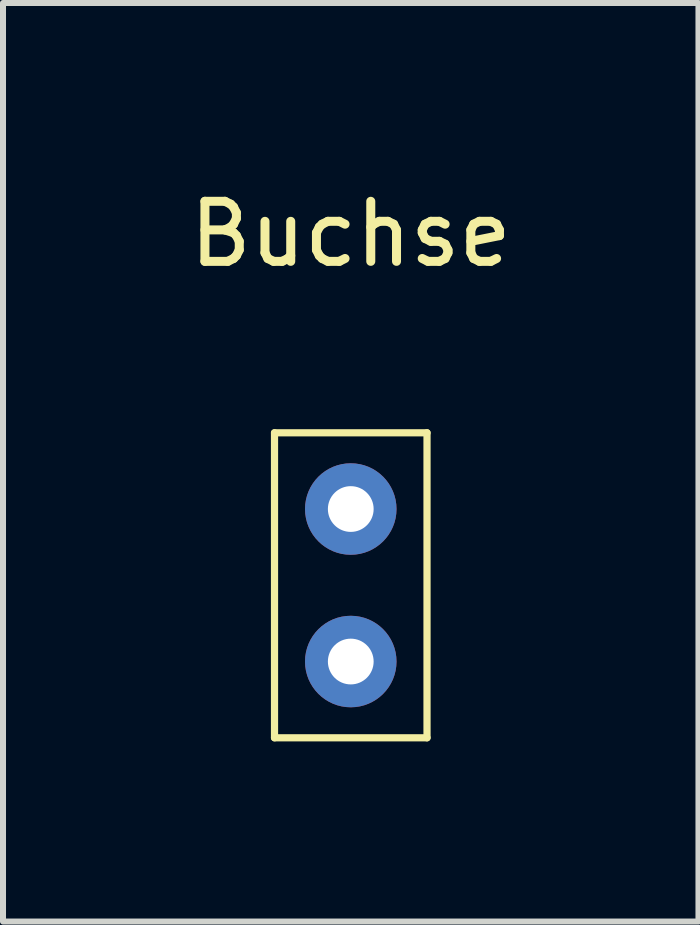
<source format=kicad_pcb>
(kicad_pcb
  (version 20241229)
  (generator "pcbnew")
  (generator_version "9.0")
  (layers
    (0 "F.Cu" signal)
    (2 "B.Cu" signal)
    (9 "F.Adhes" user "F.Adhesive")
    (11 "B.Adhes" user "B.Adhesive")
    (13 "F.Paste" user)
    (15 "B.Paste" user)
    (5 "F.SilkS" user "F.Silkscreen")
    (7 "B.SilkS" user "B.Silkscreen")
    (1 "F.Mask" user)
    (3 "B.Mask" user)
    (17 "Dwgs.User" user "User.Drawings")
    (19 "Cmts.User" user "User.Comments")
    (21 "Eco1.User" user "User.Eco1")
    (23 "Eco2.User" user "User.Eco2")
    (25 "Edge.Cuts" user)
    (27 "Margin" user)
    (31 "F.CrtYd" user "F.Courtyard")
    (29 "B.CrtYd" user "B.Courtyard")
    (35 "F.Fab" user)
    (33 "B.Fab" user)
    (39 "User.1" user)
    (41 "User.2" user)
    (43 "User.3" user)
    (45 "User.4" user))
  (footprint "Buchse"
    (layer "F.Cu")
    (at 2.792 0.348)
    (property "Reference" "Buchse" (at 0 0.5 0) (layer "F.SilkS") (effects (font (size 1 1) (thickness 0.15))))
    (attr through_hole)
    (fp_line (start -1.27 3.81) (end -1.27 8.89) (stroke (width 0.12) (type solid)) (layer "F.SilkS"))
    (fp_line (start -1.27 8.89) (end 1.27 8.89) (stroke (width 0.12) (type solid)) (layer "F.SilkS"))
    (fp_line (start 1.27 3.81) (end -1.27 3.81) (stroke (width 0.12) (type solid)) (layer "F.SilkS"))
    (fp_line (start 1.27 8.89) (end 1.27 3.81) (stroke (width 0.12) (type solid)) (layer "F.SilkS"))
    (pad "1" thru_hole circle (at 0 5.08) (size 1.524 1.524) (drill 0.762) (layers "*.Cu" "*.Mask"))
    (pad "2" thru_hole circle (at 0 7.62) (size 1.524 1.524) (drill 0.762) (layers "*.Cu" "*.Mask")))
  (gr_rect
    (start -3 -3)
    (end 8.583 12.298)
    (stroke (width 0.1) (type default))
    (fill no)
    (layer "Edge.Cuts")))
</source>
